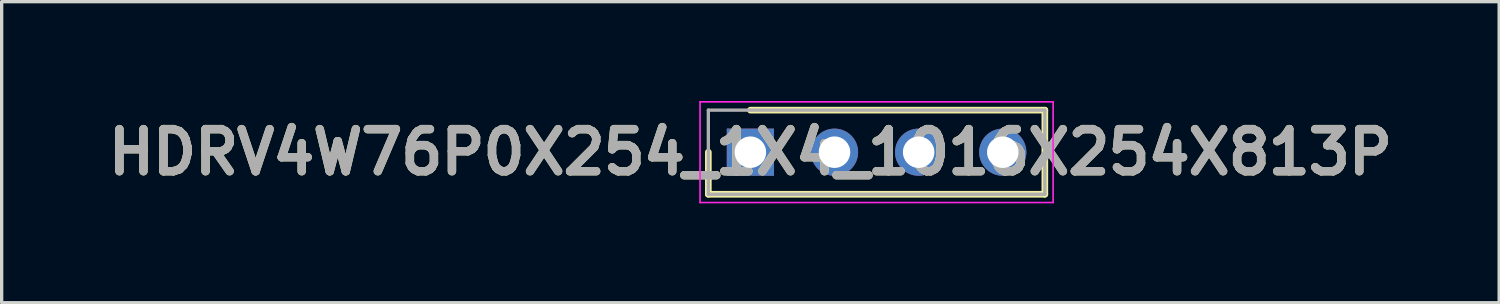
<source format=kicad_pcb>
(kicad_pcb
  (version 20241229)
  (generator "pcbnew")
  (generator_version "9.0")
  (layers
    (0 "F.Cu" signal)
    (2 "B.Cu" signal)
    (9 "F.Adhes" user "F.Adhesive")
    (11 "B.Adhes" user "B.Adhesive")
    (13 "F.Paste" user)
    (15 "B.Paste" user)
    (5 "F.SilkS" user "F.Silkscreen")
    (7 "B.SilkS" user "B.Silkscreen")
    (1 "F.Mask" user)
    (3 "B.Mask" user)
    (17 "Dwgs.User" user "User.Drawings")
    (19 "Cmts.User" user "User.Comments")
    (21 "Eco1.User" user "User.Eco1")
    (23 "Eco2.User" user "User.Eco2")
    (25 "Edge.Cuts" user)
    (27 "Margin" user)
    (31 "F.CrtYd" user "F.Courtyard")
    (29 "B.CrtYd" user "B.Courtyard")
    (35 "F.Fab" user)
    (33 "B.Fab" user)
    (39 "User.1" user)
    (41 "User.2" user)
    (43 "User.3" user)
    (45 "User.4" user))
  (footprint "HDRV4W76P0X254_1X4_1016X254X813P"
    (layer "F.Cu")
    (at 19.606 1.545)
    (property "Reference" "HDRV4W76P0X254_1X4_1016X254X813P" (at 0 0 0) (layer "F.SilkS") (effects (font (size 1.27 1.27) (thickness 0.254))))
    (attr through_hole)
    (fp_line (start -1.27 0) (end -1.27 1.27) (stroke (width 0.2) (type solid)) (layer "F.SilkS"))
    (fp_line (start -1.27 1.27) (end 8.89 1.27) (stroke (width 0.2) (type solid)) (layer "F.SilkS"))
    (fp_line (start 8.89 -1.27) (end 0 -1.27) (stroke (width 0.2) (type solid)) (layer "F.SilkS"))
    (fp_line (start 8.89 1.27) (end 8.89 -1.27) (stroke (width 0.2) (type solid)) (layer "F.SilkS"))
    (fp_line (start -1.52 -1.52) (end 9.14 -1.52) (stroke (width 0.05) (type solid)) (layer "F.CrtYd"))
    (fp_line (start -1.52 1.52) (end -1.52 -1.52) (stroke (width 0.05) (type solid)) (layer "F.CrtYd"))
    (fp_line (start 9.14 -1.52) (end 9.14 1.52) (stroke (width 0.05) (type solid)) (layer "F.CrtYd"))
    (fp_line (start 9.14 1.52) (end -1.52 1.52) (stroke (width 0.05) (type solid)) (layer "F.CrtYd"))
    (fp_line (start -1.27 -1.27) (end 8.89 -1.27) (stroke (width 0.1) (type solid)) (layer "F.Fab"))
    (fp_line (start -1.27 1.27) (end -1.27 -1.27) (stroke (width 0.1) (type solid)) (layer "F.Fab"))
    (fp_line (start 8.89 -1.27) (end 8.89 1.27) (stroke (width 0.1) (type solid)) (layer "F.Fab"))
    (fp_line (start 8.89 1.27) (end -1.27 1.27) (stroke (width 0.1) (type solid)) (layer "F.Fab"))
    (fp_text user "${REFERENCE}" (at 0 0 0) (layer "F.Fab") (effects (font (size 1.27 1.27) (thickness 0.254))))
    (pad "1" thru_hole rect (at 0 0) (size 1.425 1.425) (drill 0.95) (layers "*.Cu" "*.Mask"))
    (pad "2" thru_hole circle (at 2.54 0) (size 1.425 1.425) (drill 0.95) (layers "*.Cu" "*.Mask"))
    (pad "3" thru_hole circle (at 5.08 0) (size 1.425 1.425) (drill 0.95) (layers "*.Cu" "*.Mask"))
    (pad "4" thru_hole circle (at 7.62 0) (size 1.425 1.425) (drill 0.95) (layers "*.Cu" "*.Mask")))
  (gr_rect
    (start -3 -3)
    (end 42.213 6.09)
    (stroke (width 0.1) (type default))
    (fill no)
    (layer "Edge.Cuts")))
</source>
